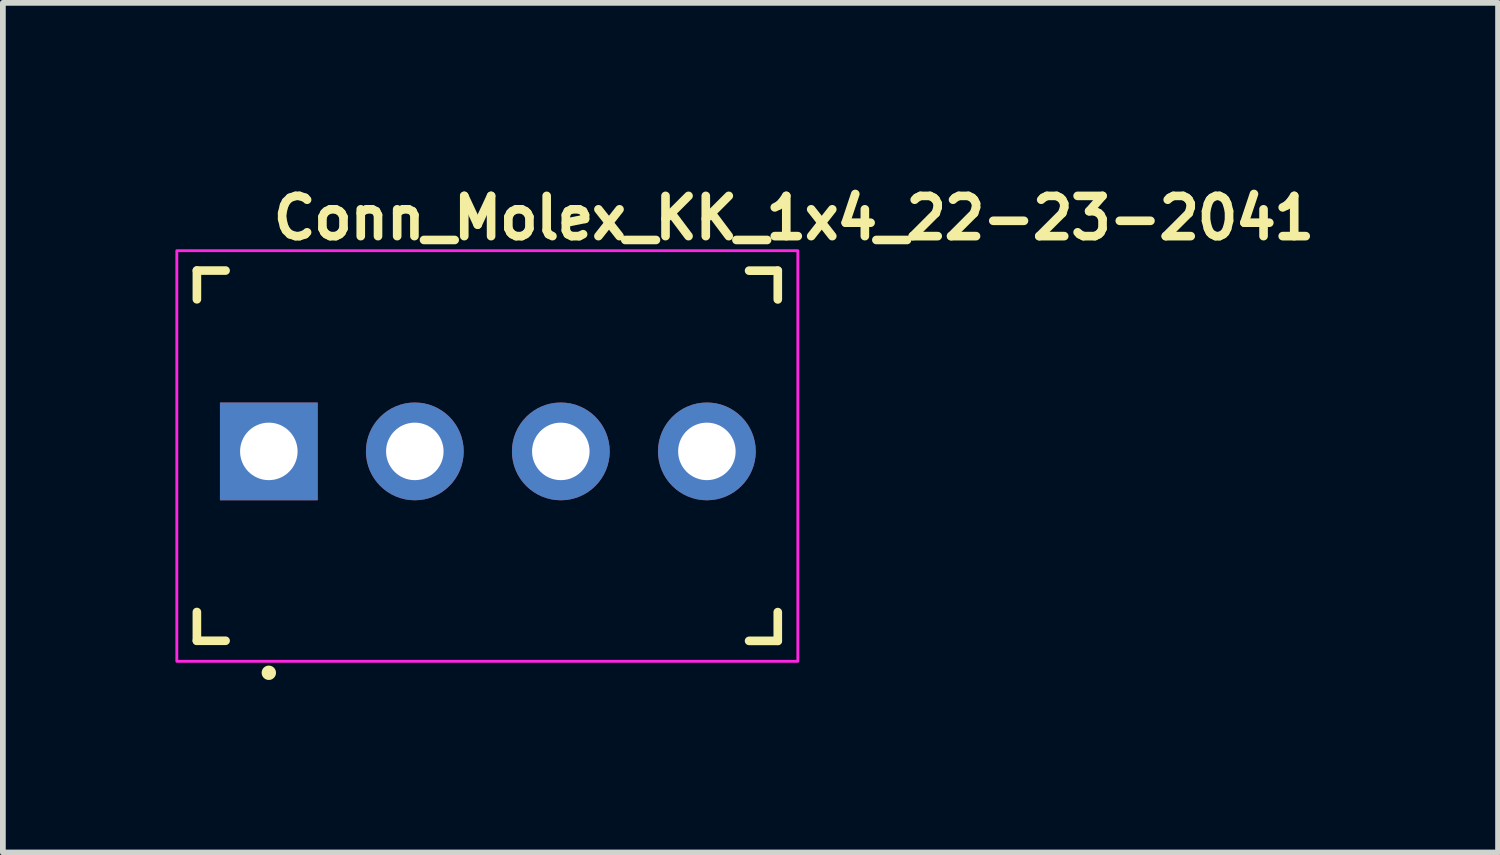
<source format=kicad_pcb>
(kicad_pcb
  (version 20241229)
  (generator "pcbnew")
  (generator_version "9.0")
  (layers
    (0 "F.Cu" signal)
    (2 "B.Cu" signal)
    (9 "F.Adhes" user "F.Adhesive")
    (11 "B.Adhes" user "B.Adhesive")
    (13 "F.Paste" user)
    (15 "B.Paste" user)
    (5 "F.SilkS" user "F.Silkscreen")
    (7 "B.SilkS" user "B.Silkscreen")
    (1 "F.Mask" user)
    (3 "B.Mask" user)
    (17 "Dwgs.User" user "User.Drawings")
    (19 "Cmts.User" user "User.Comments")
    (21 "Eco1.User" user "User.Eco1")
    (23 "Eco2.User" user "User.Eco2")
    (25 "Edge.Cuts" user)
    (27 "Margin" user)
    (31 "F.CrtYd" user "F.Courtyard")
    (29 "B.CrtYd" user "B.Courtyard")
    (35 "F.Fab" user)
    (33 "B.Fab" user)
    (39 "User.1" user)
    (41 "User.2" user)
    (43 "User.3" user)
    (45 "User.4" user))
  (footprint "Conn_Molex_KK_1x4_22-23-2041"
    (layer "F.Cu")
    (at 1.625 4.8)
    (property "Reference" "Conn_Molex_KK_1x4_22-23-2041" (at 0 -3.65 0) (layer "F.SilkS") (effects (font (size 0.7 0.7) (thickness 0.15)) (justify left bottom)))
    (attr through_hole)
    (fp_line (start -1.251 -3.145) (end -1.251 -2.645) (stroke (width 0.15) (type solid)) (layer "F.SilkS"))
    (fp_line (start -1.251 -3.145) (end -0.752 -3.145) (stroke (width 0.15) (type solid)) (layer "F.SilkS"))
    (fp_line (start -1.251 3.293) (end -1.251 2.793) (stroke (width 0.15) (type solid)) (layer "F.SilkS"))
    (fp_line (start -1.251 3.293) (end -0.752 3.293) (stroke (width 0.15) (type solid)) (layer "F.SilkS"))
    (fp_line (start 8.851 -3.143) (end 8.352 -3.143) (stroke (width 0.15) (type solid)) (layer "F.SilkS"))
    (fp_line (start 8.851 -3.143) (end 8.851 -2.643) (stroke (width 0.15) (type solid)) (layer "F.SilkS"))
    (fp_line (start 8.851 3.295) (end 8.352 3.295) (stroke (width 0.15) (type solid)) (layer "F.SilkS"))
    (fp_line (start 8.851 3.295) (end 8.851 2.795) (stroke (width 0.15) (type solid)) (layer "F.SilkS"))
    (fp_circle (center 0 3.85) (end 0.05 3.85) (stroke (width 0.15) (type solid)) (fill yes) (layer "F.SilkS"))
    (fp_rect (start -1.6 -3.49) (end 9.2 3.65) (stroke (width 0.05) (type solid)) (fill no) (layer "F.CrtYd"))
    (fp_rect (start -1.203 -3.098) (end 8.803 3.251) (stroke (width 0.1) (type solid)) (fill no) (layer "User.5"))
    (fp_line (start -1.203 -3.098) (end -1.203 3.251) (stroke (width 0.02) (type solid)) (layer "User.9"))
    (fp_line (start -1.203 -3.098) (end -0.01 -3.098) (stroke (width 0.02) (type solid)) (layer "User.9"))
    (fp_line (start -1.203 3.251) (end 2.911 3.251) (stroke (width 0.02) (type solid)) (layer "User.9"))
    (fp_line (start -0.327 -0.317) (end -0.124 -0.114) (stroke (width 0.02) (type solid)) (layer "User.9"))
    (fp_line (start -0.327 -0.317) (end 0.307 -0.317) (stroke (width 0.02) (type solid)) (layer "User.9"))
    (fp_line (start -0.327 0.317) (end -0.327 -0.317) (stroke (width 0.02) (type solid)) (layer "User.9"))
    (fp_line (start -0.327 0.317) (end -0.124 0.114) (stroke (width 0.02) (type solid)) (layer "User.9"))
    (fp_line (start -0.327 0.317) (end 0.307 0.317) (stroke (width 0.02) (type solid)) (layer "User.9"))
    (fp_line (start -0.124 -0.114) (end 0.104 -0.114) (stroke (width 0.02) (type solid)) (layer "User.9"))
    (fp_line (start -0.124 0.114) (end -0.124 -0.114) (stroke (width 0.02) (type solid)) (layer "User.9"))
    (fp_line (start -0.124 0.114) (end 0.104 0.114) (stroke (width 0.02) (type solid)) (layer "User.9"))
    (fp_line (start -0.01 -3.098) (end -0.01 -2.463) (stroke (width 0.02) (type solid)) (layer "User.9"))
    (fp_line (start -0.01 -3.098) (end 7.61 -3.098) (stroke (width 0.02) (type solid)) (layer "User.9"))
    (fp_line (start -0.01 -2.463) (end -0.01 -1.384) (stroke (width 0.02) (type solid)) (layer "User.9"))
    (fp_line (start -0.01 -2.463) (end 7.61 -2.463) (stroke (width 0.02) (type solid)) (layer "User.9"))
    (fp_line (start -0.01 -1.384) (end 7.61 -1.384) (stroke (width 0.02) (type solid)) (layer "User.9"))
    (fp_line (start 0.104 -0.114) (end 0.104 0.114) (stroke (width 0.02) (type solid)) (layer "User.9"))
    (fp_line (start 0.307 -0.317) (end 0.104 -0.114) (stroke (width 0.02) (type solid)) (layer "User.9"))
    (fp_line (start 0.307 -0.317) (end 0.307 0.317) (stroke (width 0.02) (type solid)) (layer "User.9"))
    (fp_line (start 0.307 0.317) (end 0.104 0.114) (stroke (width 0.02) (type solid)) (layer "User.9"))
    (fp_line (start 2.212 -0.317) (end 2.415 -0.114) (stroke (width 0.02) (type solid)) (layer "User.9"))
    (fp_line (start 2.212 -0.317) (end 2.847 -0.317) (stroke (width 0.02) (type solid)) (layer "User.9"))
    (fp_line (start 2.212 0.317) (end 2.212 -0.317) (stroke (width 0.02) (type solid)) (layer "User.9"))
    (fp_line (start 2.212 0.317) (end 2.415 0.114) (stroke (width 0.02) (type solid)) (layer "User.9"))
    (fp_line (start 2.212 0.317) (end 2.847 0.317) (stroke (width 0.02) (type solid)) (layer "User.9"))
    (fp_line (start 2.415 -0.114) (end 2.644 -0.114) (stroke (width 0.02) (type solid)) (layer "User.9"))
    (fp_line (start 2.415 0.114) (end 2.415 -0.114) (stroke (width 0.02) (type solid)) (layer "User.9"))
    (fp_line (start 2.415 0.114) (end 2.644 0.114) (stroke (width 0.02) (type solid)) (layer "User.9"))
    (fp_line (start 2.644 -0.114) (end 2.644 0.114) (stroke (width 0.02) (type solid)) (layer "User.9"))
    (fp_line (start 2.847 -0.317) (end 2.644 -0.114) (stroke (width 0.02) (type solid)) (layer "User.9"))
    (fp_line (start 2.847 -0.317) (end 2.847 0.317) (stroke (width 0.02) (type solid)) (layer "User.9"))
    (fp_line (start 2.847 0.317) (end 2.644 0.114) (stroke (width 0.02) (type solid)) (layer "User.9"))
    (fp_line (start 3.165 2.997) (end 2.911 3.251) (stroke (width 0.02) (type solid)) (layer "User.9"))
    (fp_line (start 4.434 2.997) (end 3.165 2.997) (stroke (width 0.02) (type solid)) (layer "User.9"))
    (fp_line (start 4.689 3.251) (end 4.434 2.997) (stroke (width 0.02) (type solid)) (layer "User.9"))
    (fp_line (start 4.689 3.251) (end 5.45 3.251) (stroke (width 0.02) (type solid)) (layer "User.9"))
    (fp_line (start 4.752 -0.317) (end 4.955 -0.114) (stroke (width 0.02) (type solid)) (layer "User.9"))
    (fp_line (start 4.752 -0.317) (end 5.387 -0.317) (stroke (width 0.02) (type solid)) (layer "User.9"))
    (fp_line (start 4.752 0.317) (end 4.752 -0.317) (stroke (width 0.02) (type solid)) (layer "User.9"))
    (fp_line (start 4.752 0.317) (end 4.955 0.114) (stroke (width 0.02) (type solid)) (layer "User.9"))
    (fp_line (start 4.752 0.317) (end 5.387 0.317) (stroke (width 0.02) (type solid)) (layer "User.9"))
    (fp_line (start 4.955 -0.114) (end 5.184 -0.114) (stroke (width 0.02) (type solid)) (layer "User.9"))
    (fp_line (start 4.955 0.114) (end 4.955 -0.114) (stroke (width 0.02) (type solid)) (layer "User.9"))
    (fp_line (start 4.955 0.114) (end 5.184 0.114) (stroke (width 0.02) (type solid)) (layer "User.9"))
    (fp_line (start 5.184 -0.114) (end 5.184 0.114) (stroke (width 0.02) (type solid)) (layer "User.9"))
    (fp_line (start 5.387 -0.317) (end 5.184 -0.114) (stroke (width 0.02) (type solid)) (layer "User.9"))
    (fp_line (start 5.387 -0.317) (end 5.387 0.317) (stroke (width 0.02) (type solid)) (layer "User.9"))
    (fp_line (start 5.387 0.317) (end 5.184 0.114) (stroke (width 0.02) (type solid)) (layer "User.9"))
    (fp_line (start 5.705 2.997) (end 5.45 3.251) (stroke (width 0.02) (type solid)) (layer "User.9"))
    (fp_line (start 6.974 2.997) (end 5.705 2.997) (stroke (width 0.02) (type solid)) (layer "User.9"))
    (fp_line (start 7.229 3.251) (end 6.974 2.997) (stroke (width 0.02) (type solid)) (layer "User.9"))
    (fp_line (start 7.229 3.251) (end 8.803 3.251) (stroke (width 0.02) (type solid)) (layer "User.9"))
    (fp_line (start 7.292 -0.317) (end 7.495 -0.114) (stroke (width 0.02) (type solid)) (layer "User.9"))
    (fp_line (start 7.292 -0.317) (end 7.927 -0.317) (stroke (width 0.02) (type solid)) (layer "User.9"))
    (fp_line (start 7.292 0.317) (end 7.292 -0.317) (stroke (width 0.02) (type solid)) (layer "User.9"))
    (fp_line (start 7.292 0.317) (end 7.495 0.114) (stroke (width 0.02) (type solid)) (layer "User.9"))
    (fp_line (start 7.292 0.317) (end 7.927 0.317) (stroke (width 0.02) (type solid)) (layer "User.9"))
    (fp_line (start 7.495 -0.114) (end 7.724 -0.114) (stroke (width 0.02) (type solid)) (layer "User.9"))
    (fp_line (start 7.495 0.114) (end 7.495 -0.114) (stroke (width 0.02) (type solid)) (layer "User.9"))
    (fp_line (start 7.495 0.114) (end 7.724 0.114) (stroke (width 0.02) (type solid)) (layer "User.9"))
    (fp_line (start 7.61 -3.098) (end 7.61 -2.463) (stroke (width 0.02) (type solid)) (layer "User.9"))
    (fp_line (start 7.61 -3.098) (end 8.803 -3.098) (stroke (width 0.02) (type solid)) (layer "User.9"))
    (fp_line (start 7.61 -2.463) (end 7.61 -1.384) (stroke (width 0.02) (type solid)) (layer "User.9"))
    (fp_line (start 7.724 -0.114) (end 7.724 0.114) (stroke (width 0.02) (type solid)) (layer "User.9"))
    (fp_line (start 7.927 -0.317) (end 7.724 -0.114) (stroke (width 0.02) (type solid)) (layer "User.9"))
    (fp_line (start 7.927 -0.317) (end 7.927 0.317) (stroke (width 0.02) (type solid)) (layer "User.9"))
    (fp_line (start 7.927 0.317) (end 7.724 0.114) (stroke (width 0.02) (type solid)) (layer "User.9"))
    (fp_line (start 8.803 -3.098) (end 8.803 3.251) (stroke (width 0.02) (type solid)) (layer "User.9"))
    (pad "1" thru_hole rect (at 0 0) (size 1.7 1.7) (drill 1) (layers "*.Cu" "*.Mask"))
    (pad "2" thru_hole circle (at 2.539 0) (size 1.7 1.7) (drill 1) (layers "*.Cu" "*.Mask"))
    (pad "3" thru_hole circle (at 5.078 0) (size 1.7 1.7) (drill 1) (layers "*.Cu" "*.Mask"))
    (pad "4" thru_hole circle (at 7.618 0) (size 1.7 1.7) (drill 1) (layers "*.Cu" "*.Mask")))
  (gr_rect
    (start -3 -3)
    (end 23.002 11.775)
    (stroke (width 0.1) (type default))
    (fill no)
    (layer "Edge.Cuts")))
</source>
